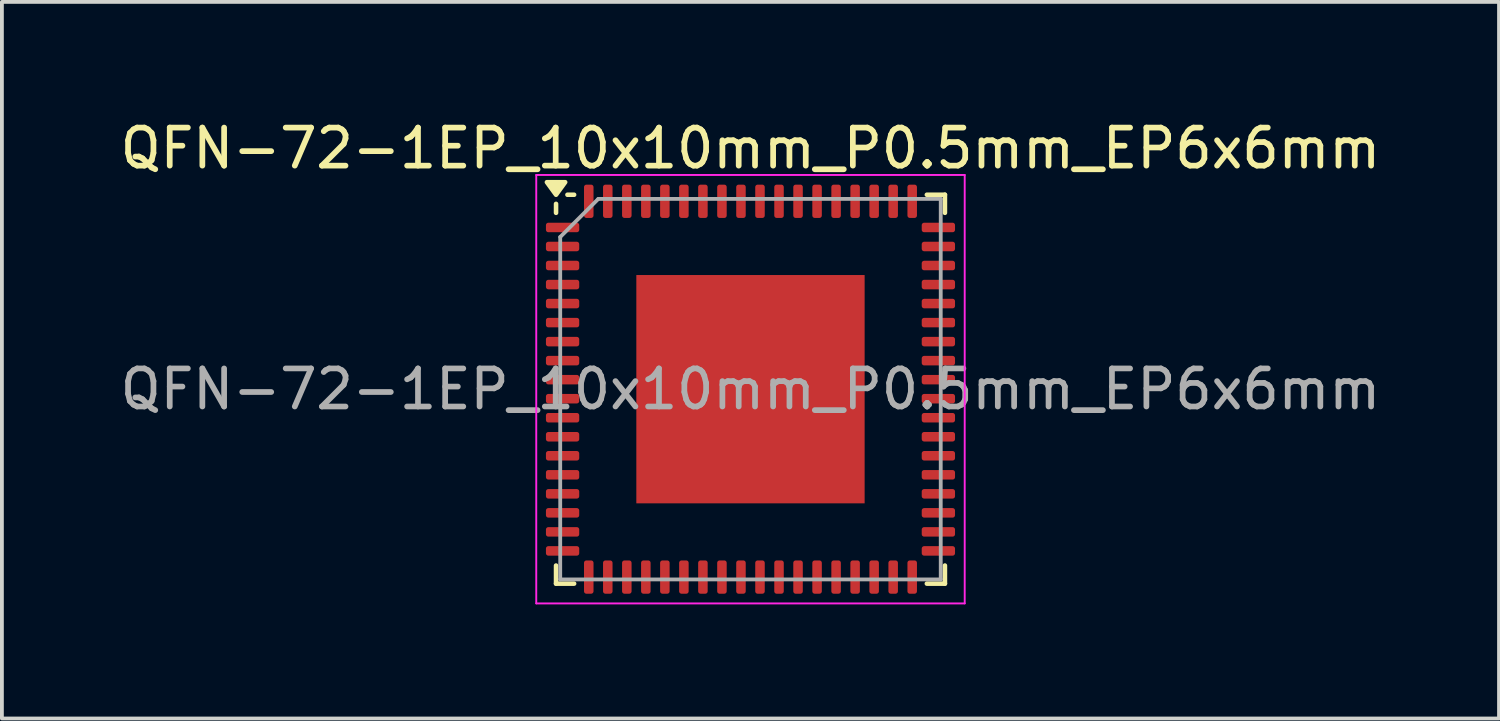
<source format=kicad_pcb>
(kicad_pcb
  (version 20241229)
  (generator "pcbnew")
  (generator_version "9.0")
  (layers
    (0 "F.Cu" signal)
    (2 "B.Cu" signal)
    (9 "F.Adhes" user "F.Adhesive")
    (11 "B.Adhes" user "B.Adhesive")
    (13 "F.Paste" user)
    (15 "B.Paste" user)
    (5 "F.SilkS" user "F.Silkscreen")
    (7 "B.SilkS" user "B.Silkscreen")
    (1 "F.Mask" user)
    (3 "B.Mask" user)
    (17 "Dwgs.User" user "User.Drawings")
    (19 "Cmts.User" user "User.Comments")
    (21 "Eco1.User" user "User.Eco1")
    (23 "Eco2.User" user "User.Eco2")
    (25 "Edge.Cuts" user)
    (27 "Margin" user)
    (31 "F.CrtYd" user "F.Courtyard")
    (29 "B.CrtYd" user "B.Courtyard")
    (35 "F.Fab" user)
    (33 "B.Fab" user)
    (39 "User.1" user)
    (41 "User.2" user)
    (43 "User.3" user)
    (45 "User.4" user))
  (footprint "QFN-72-1EP_10x10mm_P0.5mm_EP6x6mm"
    (layer "F.Cu")
    (at 16.673 7.178)
    (property "Reference" "QFN-72-1EP_10x10mm_P0.5mm_EP6x6mm" (at 0 -6.33 0) (layer "F.SilkS") (effects (font (size 1 1) (thickness 0.15))))
    (attr smd)
    (fp_line (start -5.11 -4.635) (end -5.11 -4.87) (stroke (width 0.12) (type solid)) (layer "F.SilkS"))
    (fp_line (start -5.11 5.11) (end -5.11 4.635) (stroke (width 0.12) (type solid)) (layer "F.SilkS"))
    (fp_line (start -4.635 -5.11) (end -4.81 -5.11) (stroke (width 0.12) (type solid)) (layer "F.SilkS"))
    (fp_line (start -4.635 5.11) (end -5.11 5.11) (stroke (width 0.12) (type solid)) (layer "F.SilkS"))
    (fp_line (start 4.635 -5.11) (end 5.11 -5.11) (stroke (width 0.12) (type solid)) (layer "F.SilkS"))
    (fp_line (start 4.635 5.11) (end 5.11 5.11) (stroke (width 0.12) (type solid)) (layer "F.SilkS"))
    (fp_line (start 5.11 -5.11) (end 5.11 -4.635) (stroke (width 0.12) (type solid)) (layer "F.SilkS"))
    (fp_line (start 5.11 5.11) (end 5.11 4.635) (stroke (width 0.12) (type solid)) (layer "F.SilkS"))
    (fp_poly (pts (xy -5.11 -5.11) (xy -5.35 -5.44) (xy -4.87 -5.44) (xy -5.11 -5.11)) (stroke (width 0.12) (type solid)) (fill yes) (layer "F.SilkS"))
    (fp_line (start -5.63 -5.63) (end -5.63 5.63) (stroke (width 0.05) (type solid)) (layer "F.CrtYd"))
    (fp_line (start -5.63 5.63) (end 5.63 5.63) (stroke (width 0.05) (type solid)) (layer "F.CrtYd"))
    (fp_line (start 5.63 -5.63) (end -5.63 -5.63) (stroke (width 0.05) (type solid)) (layer "F.CrtYd"))
    (fp_line (start 5.63 5.63) (end 5.63 -5.63) (stroke (width 0.05) (type solid)) (layer "F.CrtYd"))
    (fp_line (start -5 -4) (end -4 -5) (stroke (width 0.1) (type solid)) (layer "F.Fab"))
    (fp_line (start -5 5) (end -5 -4) (stroke (width 0.1) (type solid)) (layer "F.Fab"))
    (fp_line (start -4 -5) (end 5 -5) (stroke (width 0.1) (type solid)) (layer "F.Fab"))
    (fp_line (start 5 -5) (end 5 5) (stroke (width 0.1) (type solid)) (layer "F.Fab"))
    (fp_line (start 5 5) (end -5 5) (stroke (width 0.1) (type solid)) (layer "F.Fab"))
    (fp_text user "${REFERENCE}" (at 0 0 0) (layer "F.Fab") (effects (font (size 1 1) (thickness 0.15))))
    (pad "" smd roundrect (at -2 -2) (size 1.61 1.61) (layers "F.Paste") (roundrect_rratio 0.155))
    (pad "" smd roundrect (at -2 0) (size 1.61 1.61) (layers "F.Paste") (roundrect_rratio 0.155))
    (pad "" smd roundrect (at -2 2) (size 1.61 1.61) (layers "F.Paste") (roundrect_rratio 0.155))
    (pad "" smd roundrect (at 0 -2) (size 1.61 1.61) (layers "F.Paste") (roundrect_rratio 0.155))
    (pad "" smd roundrect (at 0 0) (size 1.61 1.61) (layers "F.Paste") (roundrect_rratio 0.155))
    (pad "" smd roundrect (at 0 2) (size 1.61 1.61) (layers "F.Paste") (roundrect_rratio 0.155))
    (pad "" smd roundrect (at 2 -2) (size 1.61 1.61) (layers "F.Paste") (roundrect_rratio 0.155))
    (pad "" smd roundrect (at 2 0) (size 1.61 1.61) (layers "F.Paste") (roundrect_rratio 0.155))
    (pad "" smd roundrect (at 2 2) (size 1.61 1.61) (layers "F.Paste") (roundrect_rratio 0.155))
    (pad "1" smd roundrect (at -4.938 -4.25) (size 0.875 0.25) (layers "F.Cu" "F.Mask" "F.Paste") (roundrect_rratio 0.25))
    (pad "2" smd roundrect (at -4.938 -3.75) (size 0.875 0.25) (layers "F.Cu" "F.Mask" "F.Paste") (roundrect_rratio 0.25))
    (pad "3" smd roundrect (at -4.938 -3.25) (size 0.875 0.25) (layers "F.Cu" "F.Mask" "F.Paste") (roundrect_rratio 0.25))
    (pad "4" smd roundrect (at -4.938 -2.75) (size 0.875 0.25) (layers "F.Cu" "F.Mask" "F.Paste") (roundrect_rratio 0.25))
    (pad "5" smd roundrect (at -4.938 -2.25) (size 0.875 0.25) (layers "F.Cu" "F.Mask" "F.Paste") (roundrect_rratio 0.25))
    (pad "6" smd roundrect (at -4.938 -1.75) (size 0.875 0.25) (layers "F.Cu" "F.Mask" "F.Paste") (roundrect_rratio 0.25))
    (pad "7" smd roundrect (at -4.938 -1.25) (size 0.875 0.25) (layers "F.Cu" "F.Mask" "F.Paste") (roundrect_rratio 0.25))
    (pad "8" smd roundrect (at -4.938 -0.75) (size 0.875 0.25) (layers "F.Cu" "F.Mask" "F.Paste") (roundrect_rratio 0.25))
    (pad "9" smd roundrect (at -4.938 -0.25) (size 0.875 0.25) (layers "F.Cu" "F.Mask" "F.Paste") (roundrect_rratio 0.25))
    (pad "10" smd roundrect (at -4.938 0.25) (size 0.875 0.25) (layers "F.Cu" "F.Mask" "F.Paste") (roundrect_rratio 0.25))
    (pad "11" smd roundrect (at -4.938 0.75) (size 0.875 0.25) (layers "F.Cu" "F.Mask" "F.Paste") (roundrect_rratio 0.25))
    (pad "12" smd roundrect (at -4.938 1.25) (size 0.875 0.25) (layers "F.Cu" "F.Mask" "F.Paste") (roundrect_rratio 0.25))
    (pad "13" smd roundrect (at -4.938 1.75) (size 0.875 0.25) (layers "F.Cu" "F.Mask" "F.Paste") (roundrect_rratio 0.25))
    (pad "14" smd roundrect (at -4.938 2.25) (size 0.875 0.25) (layers "F.Cu" "F.Mask" "F.Paste") (roundrect_rratio 0.25))
    (pad "15" smd roundrect (at -4.938 2.75) (size 0.875 0.25) (layers "F.Cu" "F.Mask" "F.Paste") (roundrect_rratio 0.25))
    (pad "16" smd roundrect (at -4.938 3.25) (size 0.875 0.25) (layers "F.Cu" "F.Mask" "F.Paste") (roundrect_rratio 0.25))
    (pad "17" smd roundrect (at -4.938 3.75) (size 0.875 0.25) (layers "F.Cu" "F.Mask" "F.Paste") (roundrect_rratio 0.25))
    (pad "18" smd roundrect (at -4.938 4.25) (size 0.875 0.25) (layers "F.Cu" "F.Mask" "F.Paste") (roundrect_rratio 0.25))
    (pad "19" smd roundrect (at -4.25 4.938) (size 0.25 0.875) (layers "F.Cu" "F.Mask" "F.Paste") (roundrect_rratio 0.25))
    (pad "20" smd roundrect (at -3.75 4.938) (size 0.25 0.875) (layers "F.Cu" "F.Mask" "F.Paste") (roundrect_rratio 0.25))
    (pad "21" smd roundrect (at -3.25 4.938) (size 0.25 0.875) (layers "F.Cu" "F.Mask" "F.Paste") (roundrect_rratio 0.25))
    (pad "22" smd roundrect (at -2.75 4.938) (size 0.25 0.875) (layers "F.Cu" "F.Mask" "F.Paste") (roundrect_rratio 0.25))
    (pad "23" smd roundrect (at -2.25 4.938) (size 0.25 0.875) (layers "F.Cu" "F.Mask" "F.Paste") (roundrect_rratio 0.25))
    (pad "24" smd roundrect (at -1.75 4.938) (size 0.25 0.875) (layers "F.Cu" "F.Mask" "F.Paste") (roundrect_rratio 0.25))
    (pad "25" smd roundrect (at -1.25 4.938) (size 0.25 0.875) (layers "F.Cu" "F.Mask" "F.Paste") (roundrect_rratio 0.25))
    (pad "26" smd roundrect (at -0.75 4.938) (size 0.25 0.875) (layers "F.Cu" "F.Mask" "F.Paste") (roundrect_rratio 0.25))
    (pad "27" smd roundrect (at -0.25 4.938) (size 0.25 0.875) (layers "F.Cu" "F.Mask" "F.Paste") (roundrect_rratio 0.25))
    (pad "28" smd roundrect (at 0.25 4.938) (size 0.25 0.875) (layers "F.Cu" "F.Mask" "F.Paste") (roundrect_rratio 0.25))
    (pad "29" smd roundrect (at 0.75 4.938) (size 0.25 0.875) (layers "F.Cu" "F.Mask" "F.Paste") (roundrect_rratio 0.25))
    (pad "30" smd roundrect (at 1.25 4.938) (size 0.25 0.875) (layers "F.Cu" "F.Mask" "F.Paste") (roundrect_rratio 0.25))
    (pad "31" smd roundrect (at 1.75 4.938) (size 0.25 0.875) (layers "F.Cu" "F.Mask" "F.Paste") (roundrect_rratio 0.25))
    (pad "32" smd roundrect (at 2.25 4.938) (size 0.25 0.875) (layers "F.Cu" "F.Mask" "F.Paste") (roundrect_rratio 0.25))
    (pad "33" smd roundrect (at 2.75 4.938) (size 0.25 0.875) (layers "F.Cu" "F.Mask" "F.Paste") (roundrect_rratio 0.25))
    (pad "34" smd roundrect (at 3.25 4.938) (size 0.25 0.875) (layers "F.Cu" "F.Mask" "F.Paste") (roundrect_rratio 0.25))
    (pad "35" smd roundrect (at 3.75 4.938) (size 0.25 0.875) (layers "F.Cu" "F.Mask" "F.Paste") (roundrect_rratio 0.25))
    (pad "36" smd roundrect (at 4.25 4.938) (size 0.25 0.875) (layers "F.Cu" "F.Mask" "F.Paste") (roundrect_rratio 0.25))
    (pad "37" smd roundrect (at 4.938 4.25) (size 0.875 0.25) (layers "F.Cu" "F.Mask" "F.Paste") (roundrect_rratio 0.25))
    (pad "38" smd roundrect (at 4.938 3.75) (size 0.875 0.25) (layers "F.Cu" "F.Mask" "F.Paste") (roundrect_rratio 0.25))
    (pad "39" smd roundrect (at 4.938 3.25) (size 0.875 0.25) (layers "F.Cu" "F.Mask" "F.Paste") (roundrect_rratio 0.25))
    (pad "40" smd roundrect (at 4.938 2.75) (size 0.875 0.25) (layers "F.Cu" "F.Mask" "F.Paste") (roundrect_rratio 0.25))
    (pad "41" smd roundrect (at 4.938 2.25) (size 0.875 0.25) (layers "F.Cu" "F.Mask" "F.Paste") (roundrect_rratio 0.25))
    (pad "42" smd roundrect (at 4.938 1.75) (size 0.875 0.25) (layers "F.Cu" "F.Mask" "F.Paste") (roundrect_rratio 0.25))
    (pad "43" smd roundrect (at 4.938 1.25) (size 0.875 0.25) (layers "F.Cu" "F.Mask" "F.Paste") (roundrect_rratio 0.25))
    (pad "44" smd roundrect (at 4.938 0.75) (size 0.875 0.25) (layers "F.Cu" "F.Mask" "F.Paste") (roundrect_rratio 0.25))
    (pad "45" smd roundrect (at 4.938 0.25) (size 0.875 0.25) (layers "F.Cu" "F.Mask" "F.Paste") (roundrect_rratio 0.25))
    (pad "46" smd roundrect (at 4.938 -0.25) (size 0.875 0.25) (layers "F.Cu" "F.Mask" "F.Paste") (roundrect_rratio 0.25))
    (pad "47" smd roundrect (at 4.938 -0.75) (size 0.875 0.25) (layers "F.Cu" "F.Mask" "F.Paste") (roundrect_rratio 0.25))
    (pad "48" smd roundrect (at 4.938 -1.25) (size 0.875 0.25) (layers "F.Cu" "F.Mask" "F.Paste") (roundrect_rratio 0.25))
    (pad "49" smd roundrect (at 4.938 -1.75) (size 0.875 0.25) (layers "F.Cu" "F.Mask" "F.Paste") (roundrect_rratio 0.25))
    (pad "50" smd roundrect (at 4.938 -2.25) (size 0.875 0.25) (layers "F.Cu" "F.Mask" "F.Paste") (roundrect_rratio 0.25))
    (pad "51" smd roundrect (at 4.938 -2.75) (size 0.875 0.25) (layers "F.Cu" "F.Mask" "F.Paste") (roundrect_rratio 0.25))
    (pad "52" smd roundrect (at 4.938 -3.25) (size 0.875 0.25) (layers "F.Cu" "F.Mask" "F.Paste") (roundrect_rratio 0.25))
    (pad "53" smd roundrect (at 4.938 -3.75) (size 0.875 0.25) (layers "F.Cu" "F.Mask" "F.Paste") (roundrect_rratio 0.25))
    (pad "54" smd roundrect (at 4.938 -4.25) (size 0.875 0.25) (layers "F.Cu" "F.Mask" "F.Paste") (roundrect_rratio 0.25))
    (pad "55" smd roundrect (at 4.25 -4.938) (size 0.25 0.875) (layers "F.Cu" "F.Mask" "F.Paste") (roundrect_rratio 0.25))
    (pad "56" smd roundrect (at 3.75 -4.938) (size 0.25 0.875) (layers "F.Cu" "F.Mask" "F.Paste") (roundrect_rratio 0.25))
    (pad "57" smd roundrect (at 3.25 -4.938) (size 0.25 0.875) (layers "F.Cu" "F.Mask" "F.Paste") (roundrect_rratio 0.25))
    (pad "58" smd roundrect (at 2.75 -4.938) (size 0.25 0.875) (layers "F.Cu" "F.Mask" "F.Paste") (roundrect_rratio 0.25))
    (pad "59" smd roundrect (at 2.25 -4.938) (size 0.25 0.875) (layers "F.Cu" "F.Mask" "F.Paste") (roundrect_rratio 0.25))
    (pad "60" smd roundrect (at 1.75 -4.938) (size 0.25 0.875) (layers "F.Cu" "F.Mask" "F.Paste") (roundrect_rratio 0.25))
    (pad "61" smd roundrect (at 1.25 -4.938) (size 0.25 0.875) (layers "F.Cu" "F.Mask" "F.Paste") (roundrect_rratio 0.25))
    (pad "62" smd roundrect (at 0.75 -4.938) (size 0.25 0.875) (layers "F.Cu" "F.Mask" "F.Paste") (roundrect_rratio 0.25))
    (pad "63" smd roundrect (at 0.25 -4.938) (size 0.25 0.875) (layers "F.Cu" "F.Mask" "F.Paste") (roundrect_rratio 0.25))
    (pad "64" smd roundrect (at -0.25 -4.938) (size 0.25 0.875) (layers "F.Cu" "F.Mask" "F.Paste") (roundrect_rratio 0.25))
    (pad "65" smd roundrect (at -0.75 -4.938) (size 0.25 0.875) (layers "F.Cu" "F.Mask" "F.Paste") (roundrect_rratio 0.25))
    (pad "66" smd roundrect (at -1.25 -4.938) (size 0.25 0.875) (layers "F.Cu" "F.Mask" "F.Paste") (roundrect_rratio 0.25))
    (pad "67" smd roundrect (at -1.75 -4.938) (size 0.25 0.875) (layers "F.Cu" "F.Mask" "F.Paste") (roundrect_rratio 0.25))
    (pad "68" smd roundrect (at -2.25 -4.938) (size 0.25 0.875) (layers "F.Cu" "F.Mask" "F.Paste") (roundrect_rratio 0.25))
    (pad "69" smd roundrect (at -2.75 -4.938) (size 0.25 0.875) (layers "F.Cu" "F.Mask" "F.Paste") (roundrect_rratio 0.25))
    (pad "70" smd roundrect (at -3.25 -4.938) (size 0.25 0.875) (layers "F.Cu" "F.Mask" "F.Paste") (roundrect_rratio 0.25))
    (pad "71" smd roundrect (at -3.75 -4.938) (size 0.25 0.875) (layers "F.Cu" "F.Mask" "F.Paste") (roundrect_rratio 0.25))
    (pad "72" smd roundrect (at -4.25 -4.938) (size 0.25 0.875) (layers "F.Cu" "F.Mask" "F.Paste") (roundrect_rratio 0.25))
    (pad "73" smd rect (at 0 0) (size 6 6) (property pad_prop_heatsink) (layers "F.Cu" "F.Mask")))
  (gr_rect
    (start -3 -3)
    (end 36.345 15.833)
    (stroke (width 0.1) (type default))
    (fill no)
    (layer "Edge.Cuts")))
</source>
